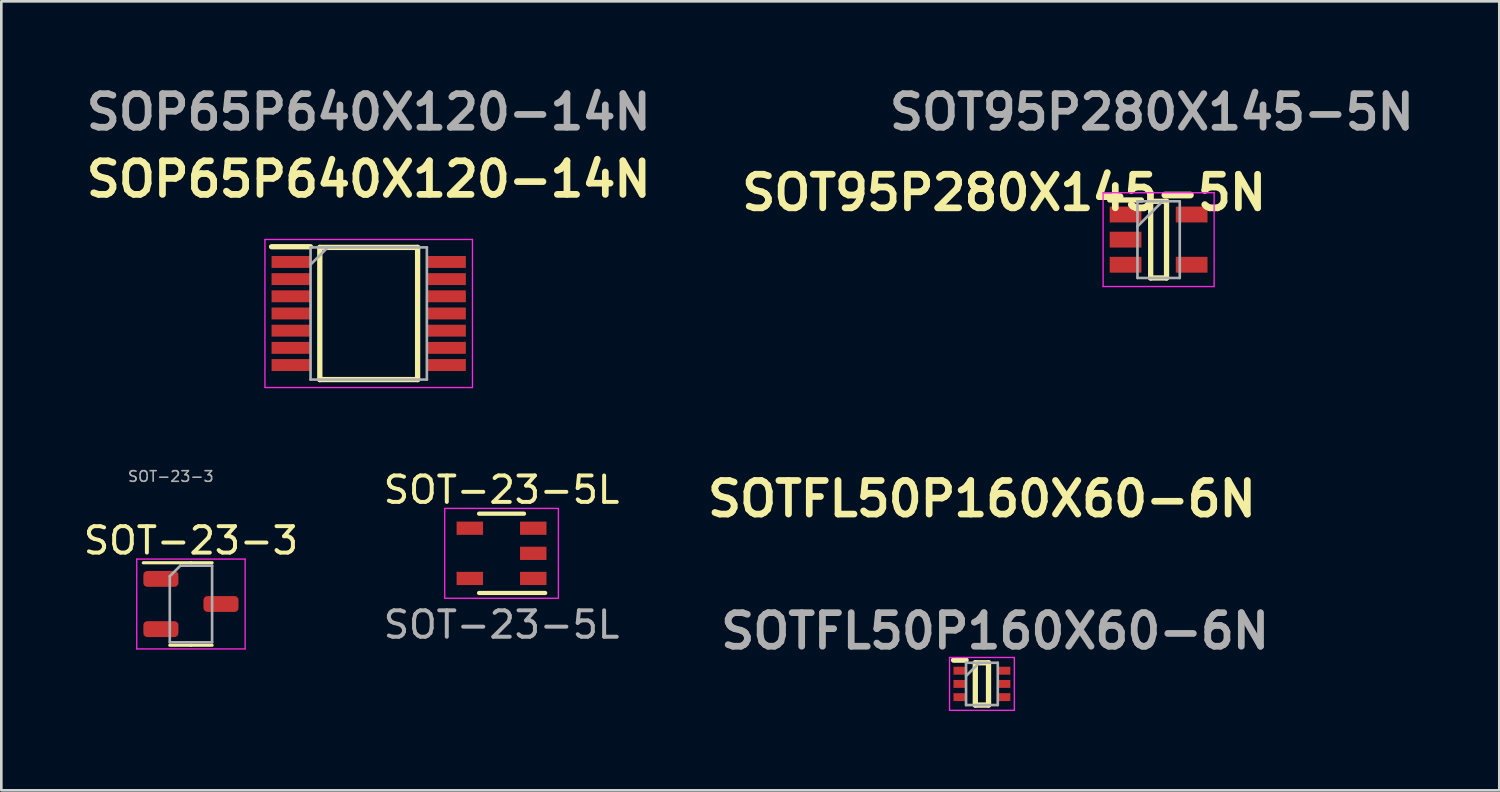
<source format=kicad_pcb>
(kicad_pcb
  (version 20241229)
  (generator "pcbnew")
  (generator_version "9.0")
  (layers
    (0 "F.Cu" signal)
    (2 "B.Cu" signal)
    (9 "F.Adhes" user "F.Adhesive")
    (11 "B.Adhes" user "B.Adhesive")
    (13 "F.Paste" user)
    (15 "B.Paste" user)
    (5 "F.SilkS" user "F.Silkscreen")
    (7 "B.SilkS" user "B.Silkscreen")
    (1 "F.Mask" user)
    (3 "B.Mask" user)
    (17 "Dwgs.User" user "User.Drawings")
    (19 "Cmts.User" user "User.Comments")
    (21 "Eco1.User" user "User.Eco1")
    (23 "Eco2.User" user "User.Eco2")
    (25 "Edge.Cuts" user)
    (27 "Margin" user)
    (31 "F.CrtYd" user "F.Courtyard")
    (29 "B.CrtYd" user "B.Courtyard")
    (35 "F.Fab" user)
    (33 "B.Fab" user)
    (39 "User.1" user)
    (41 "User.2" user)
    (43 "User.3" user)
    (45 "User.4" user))
  (footprint "SOT-23-5L"
    (layer "F.Cu")
    (at 15.923 17.882)
    (property "Reference" "SOT-23-5L" (at 0 -2.4 0) (unlocked yes) (layer "F.SilkS") (effects (font (size 1 1) (thickness 0.15))))
    (attr smd)
    (fp_line (start -0.85 -1.5) (end 0.85 -1.5) (stroke (width 0.16) (type solid)) (layer "F.SilkS"))
    (fp_line (start -0.85 1.5) (end 1.65 1.5) (stroke (width 0.16) (type solid)) (layer "F.SilkS"))
    (fp_rect (start 2.15 -1.7) (end -2.15 1.7) (stroke (width 0.05) (type solid)) (fill no) (layer "F.CrtYd"))
    (fp_text user "${REFERENCE}" (at 0 2.7 0) (unlocked yes) (layer "F.Fab") (effects (font (size 1 1) (thickness 0.15))))
    (pad "1" smd rect (at 1.2 0.95 180) (size 1 0.5) (layers "F.Cu" "F.Mask" "F.Paste"))
    (pad "2" smd rect (at 1.2 0 180) (size 1 0.5) (layers "F.Cu" "F.Mask" "F.Paste"))
    (pad "3" smd rect (at 1.2 -0.95 180) (size 1 0.5) (layers "F.Cu" "F.Mask" "F.Paste"))
    (pad "4" smd rect (at -1.2 -0.95 180) (size 1 0.5) (layers "F.Cu" "F.Mask" "F.Paste"))
    (pad "5" smd rect (at -1.2 0.95 180) (size 1 0.5) (layers "F.Cu" "F.Mask" "F.Paste")))
  (footprint "SOT95P280X145-5N"
    (layer "F.Cu")
    (at 40.779 6.015)
    (property "Reference" "SOT95P280X145-5N" (at -5.842 -1.778 0) (layer "F.SilkS") (effects (font (size 1.27 1.27) (thickness 0.254))))
    (attr smd)
    (fp_line (start -1.85 -1.5) (end -0.65 -1.5) (stroke (width 0.2) (type solid)) (layer "F.SilkS"))
    (fp_line (start -0.3 -1.45) (end 0.3 -1.45) (stroke (width 0.2) (type solid)) (layer "F.SilkS"))
    (fp_line (start -0.3 1.45) (end -0.3 -1.45) (stroke (width 0.2) (type solid)) (layer "F.SilkS"))
    (fp_line (start 0.3 -1.45) (end 0.3 1.45) (stroke (width 0.2) (type solid)) (layer "F.SilkS"))
    (fp_line (start 0.3 1.45) (end -0.3 1.45) (stroke (width 0.2) (type solid)) (layer "F.SilkS"))
    (fp_line (start -2.1 -1.775) (end 2.1 -1.775) (stroke (width 0.05) (type solid)) (layer "F.CrtYd"))
    (fp_line (start -2.1 1.775) (end -2.1 -1.775) (stroke (width 0.05) (type solid)) (layer "F.CrtYd"))
    (fp_line (start 2.1 -1.775) (end 2.1 1.775) (stroke (width 0.05) (type solid)) (layer "F.CrtYd"))
    (fp_line (start 2.1 1.775) (end -2.1 1.775) (stroke (width 0.05) (type solid)) (layer "F.CrtYd"))
    (fp_line (start -0.8 -1.45) (end 0.8 -1.45) (stroke (width 0.1) (type solid)) (layer "F.Fab"))
    (fp_line (start -0.8 -0.5) (end 0.15 -1.45) (stroke (width 0.1) (type solid)) (layer "F.Fab"))
    (fp_line (start -0.8 1.45) (end -0.8 -1.45) (stroke (width 0.1) (type solid)) (layer "F.Fab"))
    (fp_line (start 0.8 -1.45) (end 0.8 1.45) (stroke (width 0.1) (type solid)) (layer "F.Fab"))
    (fp_line (start 0.8 1.45) (end -0.8 1.45) (stroke (width 0.1) (type solid)) (layer "F.Fab"))
    (fp_text user "${REFERENCE}" (at -0.254 -4.826 0) (layer "F.Fab") (effects (font (size 1.27 1.27) (thickness 0.254))))
    (pad "1" smd rect (at -1.25 -0.95 90) (size 0.6 1.2) (layers "F.Cu" "F.Mask" "F.Paste"))
    (pad "2" smd rect (at -1.25 0 90) (size 0.6 1.2) (layers "F.Cu" "F.Mask" "F.Paste"))
    (pad "3" smd rect (at -1.25 0.95 90) (size 0.6 1.2) (layers "F.Cu" "F.Mask" "F.Paste"))
    (pad "4" smd rect (at 1.25 0.95 90) (size 0.6 1.2) (layers "F.Cu" "F.Mask" "F.Paste"))
    (pad "5" smd rect (at 1.25 -0.95 90) (size 0.6 1.2) (layers "F.Cu" "F.Mask" "F.Paste")))
  (footprint "SOT-23-3"
    (layer "F.Cu")
    (at 4.173 19.799)
    (property "Reference" "SOT-23-3" (at 0 -2.4 0) (layer "F.SilkS") (effects (font (size 1 1) (thickness 0.15))))
    (attr smd)
    (fp_line (start 0 -1.56) (end -1.8 -1.56) (stroke (width 0.12) (type solid)) (layer "F.SilkS"))
    (fp_line (start 0 -1.56) (end 0.8 -1.56) (stroke (width 0.12) (type solid)) (layer "F.SilkS"))
    (fp_line (start 0 1.56) (end -0.8 1.56) (stroke (width 0.12) (type solid)) (layer "F.SilkS"))
    (fp_line (start 0 1.56) (end 0.8 1.56) (stroke (width 0.12) (type solid)) (layer "F.SilkS"))
    (fp_line (start -2.05 -1.7) (end -2.05 1.7) (stroke (width 0.05) (type solid)) (layer "F.CrtYd"))
    (fp_line (start -2.05 1.7) (end 2.05 1.7) (stroke (width 0.05) (type solid)) (layer "F.CrtYd"))
    (fp_line (start 2.05 -1.7) (end -2.05 -1.7) (stroke (width 0.05) (type solid)) (layer "F.CrtYd"))
    (fp_line (start 2.05 1.7) (end 2.05 -1.7) (stroke (width 0.05) (type solid)) (layer "F.CrtYd"))
    (fp_line (start -0.8 -1.05) (end -0.4 -1.45) (stroke (width 0.1) (type solid)) (layer "F.Fab"))
    (fp_line (start -0.8 1.45) (end -0.8 -1.05) (stroke (width 0.1) (type solid)) (layer "F.Fab"))
    (fp_line (start -0.4 -1.45) (end 0.8 -1.45) (stroke (width 0.1) (type solid)) (layer "F.Fab"))
    (fp_line (start 0.8 -1.45) (end 0.8 1.45) (stroke (width 0.1) (type solid)) (layer "F.Fab"))
    (fp_line (start 0.8 1.45) (end -0.8 1.45) (stroke (width 0.1) (type solid)) (layer "F.Fab"))
    (fp_text user "${REFERENCE}" (at -0.762 -4.826 0) (layer "F.Fab") (effects (font (size 0.4 0.4) (thickness 0.06))))
    (pad "1" smd roundrect (at -1.137 -0.95) (size 1.325 0.6) (layers "F.Cu" "F.Mask" "F.Paste") (roundrect_rratio 0.25))
    (pad "2" smd roundrect (at -1.137 0.95) (size 1.325 0.6) (layers "F.Cu" "F.Mask" "F.Paste") (roundrect_rratio 0.25))
    (pad "3" smd roundrect (at 1.137 0) (size 1.325 0.6) (layers "F.Cu" "F.Mask" "F.Paste") (roundrect_rratio 0.25)))
  (footprint "SOTFL50P160X60-6N"
    (layer "F.Cu")
    (at 34.095 22.822)
    (property "Reference" "SOTFL50P160X60-6N" (at 0 -7 0) (layer "F.SilkS") (effects (font (size 1.27 1.27) (thickness 0.254))))
    (attr smd)
    (fp_line (start -1.075 -0.9) (end -0.6 -0.9) (stroke (width 0.2) (type solid)) (layer "F.SilkS"))
    (fp_line (start -0.25 -0.8) (end 0.25 -0.8) (stroke (width 0.2) (type solid)) (layer "F.SilkS"))
    (fp_line (start -0.25 0.8) (end -0.25 -0.8) (stroke (width 0.2) (type solid)) (layer "F.SilkS"))
    (fp_line (start 0.25 -0.8) (end 0.25 0.8) (stroke (width 0.2) (type solid)) (layer "F.SilkS"))
    (fp_line (start 0.25 0.8) (end -0.25 0.8) (stroke (width 0.2) (type solid)) (layer "F.SilkS"))
    (fp_line (start -1.225 -1) (end 1.225 -1) (stroke (width 0.05) (type solid)) (layer "F.CrtYd"))
    (fp_line (start -1.225 1) (end -1.225 -1) (stroke (width 0.05) (type solid)) (layer "F.CrtYd"))
    (fp_line (start 1.225 -1) (end 1.225 1) (stroke (width 0.05) (type solid)) (layer "F.CrtYd"))
    (fp_line (start 1.225 1) (end -1.225 1) (stroke (width 0.05) (type solid)) (layer "F.CrtYd"))
    (fp_line (start -0.6 -0.8) (end 0.6 -0.8) (stroke (width 0.1) (type solid)) (layer "F.Fab"))
    (fp_line (start -0.6 -0.3) (end -0.1 -0.8) (stroke (width 0.1) (type solid)) (layer "F.Fab"))
    (fp_line (start -0.6 0.8) (end -0.6 -0.8) (stroke (width 0.1) (type solid)) (layer "F.Fab"))
    (fp_line (start 0.6 -0.8) (end 0.6 0.8) (stroke (width 0.1) (type solid)) (layer "F.Fab"))
    (fp_line (start 0.6 0.8) (end -0.6 0.8) (stroke (width 0.1) (type solid)) (layer "F.Fab"))
    (fp_text user "${REFERENCE}" (at 0.5 -2 0) (layer "F.Fab") (effects (font (size 1.27 1.27) (thickness 0.254))))
    (pad "1" smd rect (at -0.838 -0.5 90) (size 0.3 0.475) (layers "F.Cu" "F.Mask" "F.Paste"))
    (pad "2" smd rect (at -0.838 0 90) (size 0.3 0.475) (layers "F.Cu" "F.Mask" "F.Paste"))
    (pad "3" smd rect (at -0.838 0.5 90) (size 0.3 0.475) (layers "F.Cu" "F.Mask" "F.Paste"))
    (pad "4" smd rect (at 0.838 0.5 90) (size 0.3 0.475) (layers "F.Cu" "F.Mask" "F.Paste"))
    (pad "5" smd rect (at 0.838 0 90) (size 0.3 0.475) (layers "F.Cu" "F.Mask" "F.Paste"))
    (pad "6" smd rect (at 0.838 -0.5 90) (size 0.3 0.475) (layers "F.Cu" "F.Mask" "F.Paste")))
  (footprint "SOP65P640X120-14N"
    (layer "F.Cu")
    (at 10.898 8.809)
    (property "Reference" "SOP65P640X120-14N" (at 0 -5.08 0) (layer "F.SilkS") (effects (font (size 1.27 1.27) (thickness 0.254))))
    (attr smd)
    (fp_line (start -3.675 -2.525) (end -2.2 -2.525) (stroke (width 0.2) (type solid)) (layer "F.SilkS"))
    (fp_line (start -1.85 -2.5) (end 1.85 -2.5) (stroke (width 0.2) (type solid)) (layer "F.SilkS"))
    (fp_line (start -1.85 2.5) (end -1.85 -2.5) (stroke (width 0.2) (type solid)) (layer "F.SilkS"))
    (fp_line (start 1.85 -2.5) (end 1.85 2.5) (stroke (width 0.2) (type solid)) (layer "F.SilkS"))
    (fp_line (start 1.85 2.5) (end -1.85 2.5) (stroke (width 0.2) (type solid)) (layer "F.SilkS"))
    (fp_line (start -3.925 -2.8) (end 3.925 -2.8) (stroke (width 0.05) (type solid)) (layer "F.CrtYd"))
    (fp_line (start -3.925 2.8) (end -3.925 -2.8) (stroke (width 0.05) (type solid)) (layer "F.CrtYd"))
    (fp_line (start 3.925 -2.8) (end 3.925 2.8) (stroke (width 0.05) (type solid)) (layer "F.CrtYd"))
    (fp_line (start 3.925 2.8) (end -3.925 2.8) (stroke (width 0.05) (type solid)) (layer "F.CrtYd"))
    (fp_line (start -2.2 -2.5) (end 2.2 -2.5) (stroke (width 0.1) (type solid)) (layer "F.Fab"))
    (fp_line (start -2.2 -1.85) (end -1.55 -2.5) (stroke (width 0.1) (type solid)) (layer "F.Fab"))
    (fp_line (start -2.2 2.5) (end -2.2 -2.5) (stroke (width 0.1) (type solid)) (layer "F.Fab"))
    (fp_line (start 2.2 -2.5) (end 2.2 2.5) (stroke (width 0.1) (type solid)) (layer "F.Fab"))
    (fp_line (start 2.2 2.5) (end -2.2 2.5) (stroke (width 0.1) (type solid)) (layer "F.Fab"))
    (fp_text user "${REFERENCE}" (at 0 -7.62 0) (layer "F.Fab") (effects (font (size 1.27 1.27) (thickness 0.254))))
    (pad "1" smd rect (at -2.938 -1.95 90) (size 0.45 1.475) (layers "F.Cu" "F.Mask" "F.Paste"))
    (pad "2" smd rect (at -2.938 -1.3 90) (size 0.45 1.475) (layers "F.Cu" "F.Mask" "F.Paste"))
    (pad "3" smd rect (at -2.938 -0.65 90) (size 0.45 1.475) (layers "F.Cu" "F.Mask" "F.Paste"))
    (pad "4" smd rect (at -2.938 0 90) (size 0.45 1.475) (layers "F.Cu" "F.Mask" "F.Paste"))
    (pad "5" smd rect (at -2.938 0.65 90) (size 0.45 1.475) (layers "F.Cu" "F.Mask" "F.Paste"))
    (pad "6" smd rect (at -2.938 1.3 90) (size 0.45 1.475) (layers "F.Cu" "F.Mask" "F.Paste"))
    (pad "7" smd rect (at -2.938 1.95 90) (size 0.45 1.475) (layers "F.Cu" "F.Mask" "F.Paste"))
    (pad "8" smd rect (at 2.938 1.95 90) (size 0.45 1.475) (layers "F.Cu" "F.Mask" "F.Paste"))
    (pad "9" smd rect (at 2.938 1.3 90) (size 0.45 1.475) (layers "F.Cu" "F.Mask" "F.Paste"))
    (pad "10" smd rect (at 2.938 0.65 90) (size 0.45 1.475) (layers "F.Cu" "F.Mask" "F.Paste"))
    (pad "11" smd rect (at 2.938 0 90) (size 0.45 1.475) (layers "F.Cu" "F.Mask" "F.Paste"))
    (pad "12" smd rect (at 2.938 -0.65 90) (size 0.45 1.475) (layers "F.Cu" "F.Mask" "F.Paste"))
    (pad "13" smd rect (at 2.938 -1.3 90) (size 0.45 1.475) (layers "F.Cu" "F.Mask" "F.Paste"))
    (pad "14" smd rect (at 2.938 -1.95 90) (size 0.45 1.475) (layers "F.Cu" "F.Mask" "F.Paste")))
  (gr_rect
    (start -3 -3)
    (end 53.667 26.847)
    (stroke (width 0.1) (type default))
    (fill no)
    (layer "Edge.Cuts")))
</source>
